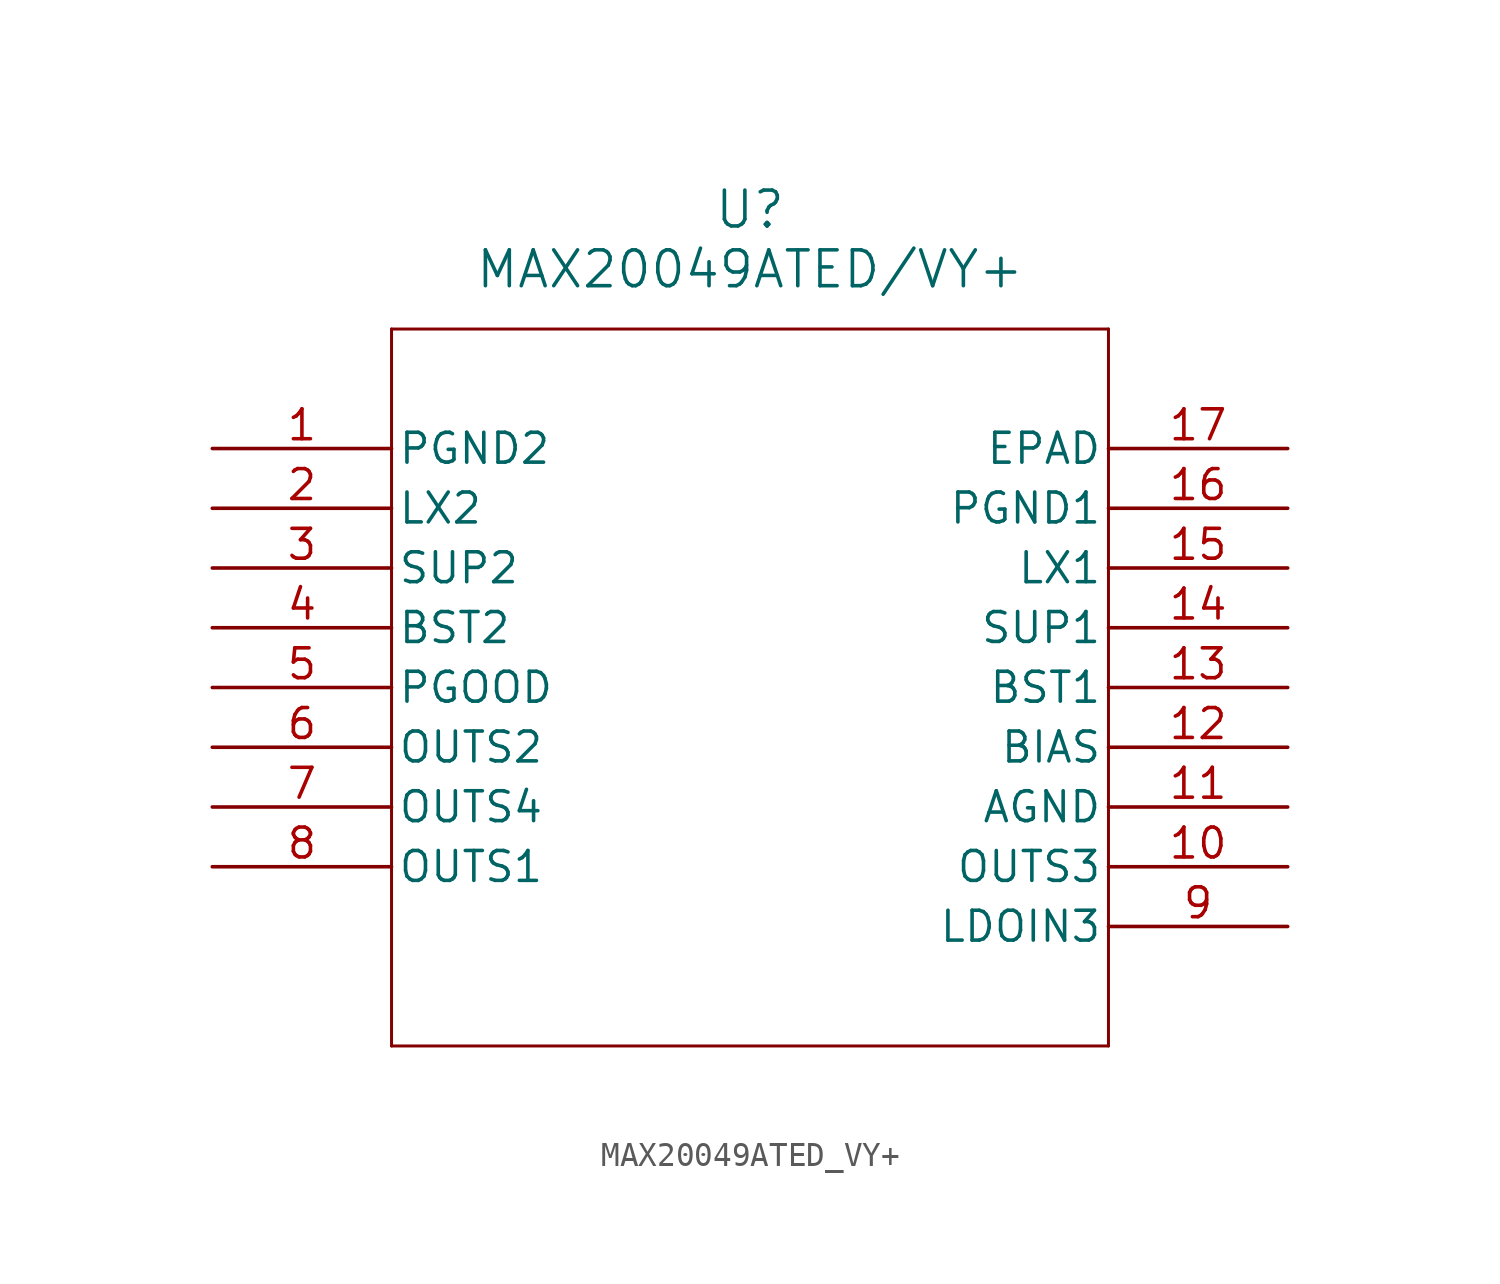
<source format=kicad_sym>
(kicad_symbol_lib
  (version 20211014)
  (generator kicad_symbol_editor)
  (symbol "MAX20049ATED_VY+"
    (pin_names
      (offset 0.254))
    (property "Reference" "U"
      (at 22.86 10.16 0)
      (effects (font (size 1.524 1.524))))
    (property "Value" "MAX20049ATED/VY+"
      (at 22.86 7.62 0)
      (effects (font (size 1.524 1.524))))
    (symbol "MAX20049ATED_VY+_0_1"
      (polyline (pts (xy 7.62 5.08) (xy 7.62 -25.4)) (stroke (width 0.127) (type default) (color 0 0 0 0)) (fill (type none)))
      (polyline (pts (xy 7.62 -25.4) (xy 38.1 -25.4)) (stroke (width 0.127) (type default) (color 0 0 0 0)) (fill (type none)))
      (polyline (pts (xy 38.1 -25.4) (xy 38.1 5.08)) (stroke (width 0.127) (type default) (color 0 0 0 0)) (fill (type none)))
      (polyline (pts (xy 38.1 5.08) (xy 7.62 5.08)) (stroke (width 0.127) (type default) (color 0 0 0 0)) (fill (type none)))
      (pin power_in line (at 0 0 0) (length 7.62) (name "PGND2" (effects (font (size 1.27 1.27)))) (number "1" (effects (font (size 1.27 1.27)))))
      (pin unspecified line (at 0 -2.54 0) (length 7.62) (name "LX2" (effects (font (size 1.27 1.27)))) (number "2" (effects (font (size 1.27 1.27)))))
      (pin input line (at 0 -5.08 0) (length 7.62) (name "SUP2" (effects (font (size 1.27 1.27)))) (number "3" (effects (font (size 1.27 1.27)))))
      (pin unspecified line (at 0 -7.62 0) (length 7.62) (name "BST2" (effects (font (size 1.27 1.27)))) (number "4" (effects (font (size 1.27 1.27)))))
      (pin unspecified line (at 0 -10.16 0) (length 7.62) (name "PGOOD" (effects (font (size 1.27 1.27)))) (number "5" (effects (font (size 1.27 1.27)))))
      (pin output line (at 0 -12.7 0) (length 7.62) (name "OUTS2" (effects (font (size 1.27 1.27)))) (number "6" (effects (font (size 1.27 1.27)))))
      (pin output line (at 0 -15.24 0) (length 7.62) (name "OUTS4" (effects (font (size 1.27 1.27)))) (number "7" (effects (font (size 1.27 1.27)))))
      (pin output line (at 0 -17.78 0) (length 7.62) (name "OUTS1" (effects (font (size 1.27 1.27)))) (number "8" (effects (font (size 1.27 1.27)))))
      (pin input line (at 45.72 -20.32 180) (length 7.62) (name "LDOIN3" (effects (font (size 1.27 1.27)))) (number "9" (effects (font (size 1.27 1.27)))))
      (pin output line (at 45.72 -17.78 180) (length 7.62) (name "OUTS3" (effects (font (size 1.27 1.27)))) (number "10" (effects (font (size 1.27 1.27)))))
      (pin power_in line (at 45.72 -15.24 180) (length 7.62) (name "AGND" (effects (font (size 1.27 1.27)))) (number "11" (effects (font (size 1.27 1.27)))))
      (pin output line (at 45.72 -12.7 180) (length 7.62) (name "BIAS" (effects (font (size 1.27 1.27)))) (number "12" (effects (font (size 1.27 1.27)))))
      (pin unspecified line (at 45.72 -10.16 180) (length 7.62) (name "BST1" (effects (font (size 1.27 1.27)))) (number "13" (effects (font (size 1.27 1.27)))))
      (pin input line (at 45.72 -7.62 180) (length 7.62) (name "SUP1" (effects (font (size 1.27 1.27)))) (number "14" (effects (font (size 1.27 1.27)))))
      (pin unspecified line (at 45.72 -5.08 180) (length 7.62) (name "LX1" (effects (font (size 1.27 1.27)))) (number "15" (effects (font (size 1.27 1.27)))))
      (pin power_in line (at 45.72 -2.54 180) (length 7.62) (name "PGND1" (effects (font (size 1.27 1.27)))) (number "16" (effects (font (size 1.27 1.27)))))
      (pin unspecified line (at 45.72 0 180) (length 7.62) (name "EPAD" (effects (font (size 1.27 1.27)))) (number "17" (effects (font (size 1.27 1.27))))))))
</source>
